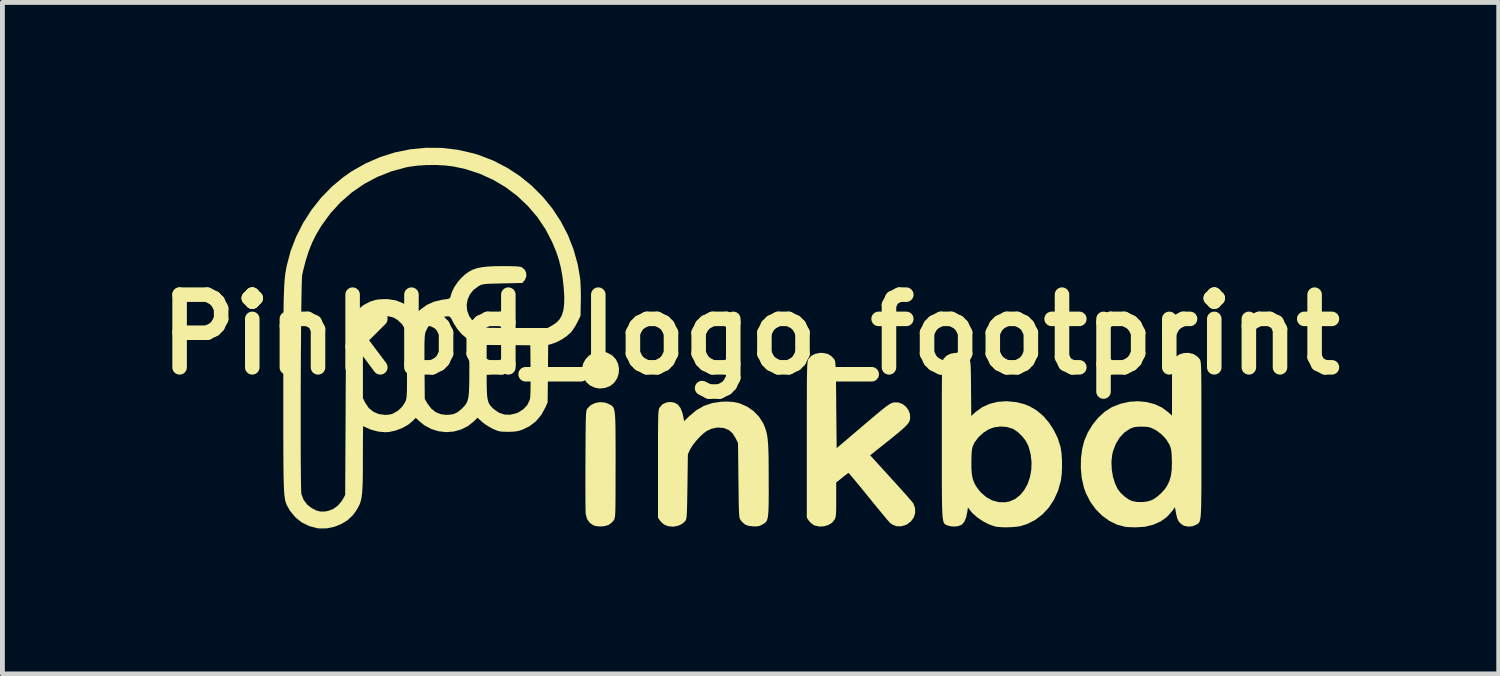
<source format=kicad_pcb>
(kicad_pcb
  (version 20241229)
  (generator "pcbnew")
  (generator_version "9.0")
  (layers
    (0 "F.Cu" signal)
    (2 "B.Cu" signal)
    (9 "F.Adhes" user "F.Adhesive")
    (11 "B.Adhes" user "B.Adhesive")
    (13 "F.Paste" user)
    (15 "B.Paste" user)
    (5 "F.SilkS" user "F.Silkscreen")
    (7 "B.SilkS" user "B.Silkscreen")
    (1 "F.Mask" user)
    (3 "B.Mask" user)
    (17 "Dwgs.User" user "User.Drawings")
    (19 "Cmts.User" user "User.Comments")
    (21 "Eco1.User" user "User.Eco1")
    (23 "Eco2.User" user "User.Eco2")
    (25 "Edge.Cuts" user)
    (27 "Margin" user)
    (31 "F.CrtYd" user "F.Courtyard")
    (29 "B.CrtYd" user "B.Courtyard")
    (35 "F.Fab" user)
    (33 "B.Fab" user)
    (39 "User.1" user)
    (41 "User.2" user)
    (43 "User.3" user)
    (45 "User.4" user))
  (footprint "Pinkbd_logo_footprint"
    (layer "F.Cu")
    (at 12.443 3.854)
    (property "Reference" "Pinkbd_logo_footprint" (at 0 0 0) (layer "F.SilkS") (effects (font (size 1.5 1.5) (thickness 0.3))))
    (attr board_only exclude_from_pos_files exclude_from_bom)
    (fp_poly (pts (xy -2.963 0.374) (xy -2.863 0.428) (xy -2.853 0.436) (xy -2.781 0.512) (xy -2.735 0.604) (xy -2.716 0.704) (xy -2.722 0.807) (xy -2.754 0.905) (xy -2.811 0.992) (xy -2.891 1.059) (xy -2.903 1.066) (xy -3.006 1.105) (xy -3.115 1.116) (xy -3.209 1.1) (xy -3.313 1.053) (xy -3.39 0.985) (xy -3.44 0.904) (xy -3.475 0.794) (xy -3.478 0.69) (xy -3.453 0.594) (xy -3.405 0.509) (xy -3.338 0.439) (xy -3.257 0.388) (xy -3.164 0.357) (xy -3.065 0.352)) (stroke (width 0) (type solid)) (fill yes) (layer "F.SilkS"))
    (fp_poly (pts (xy -3.008 1.405) (xy -2.93 1.434) (xy -2.901 1.449) (xy -2.877 1.462) (xy -2.856 1.477) (xy -2.839 1.496) (xy -2.825 1.522) (xy -2.813 1.558) (xy -2.805 1.606) (xy -2.798 1.669) (xy -2.793 1.749) (xy -2.79 1.85) (xy -2.788 1.974) (xy -2.787 2.124) (xy -2.786 2.302) (xy -2.786 2.511) (xy -2.786 2.686) (xy -2.787 2.91) (xy -2.787 3.101) (xy -2.787 3.262) (xy -2.788 3.396) (xy -2.789 3.505) (xy -2.79 3.593) (xy -2.792 3.661) (xy -2.795 3.713) (xy -2.798 3.752) (xy -2.803 3.781) (xy -2.808 3.801) (xy -2.814 3.817) (xy -2.821 3.83) (xy -2.824 3.834) (xy -2.865 3.883) (xy -2.92 3.924) (xy -2.93 3.93) (xy -3.01 3.956) (xy -3.103 3.964) (xy -3.194 3.955) (xy -3.243 3.94) (xy -3.32 3.888) (xy -3.374 3.811) (xy -3.402 3.714) (xy -3.403 3.711) (xy -3.405 3.676) (xy -3.406 3.609) (xy -3.408 3.513) (xy -3.409 3.392) (xy -3.409 3.25) (xy -3.41 3.089) (xy -3.409 2.915) (xy -3.409 2.729) (xy -3.408 2.596) (xy -3.407 2.379) (xy -3.406 2.195) (xy -3.405 2.041) (xy -3.403 1.914) (xy -3.402 1.812) (xy -3.4 1.731) (xy -3.397 1.668) (xy -3.394 1.621) (xy -3.39 1.587) (xy -3.385 1.563) (xy -3.379 1.546) (xy -3.372 1.533) (xy -3.366 1.524) (xy -3.297 1.458) (xy -3.208 1.415) (xy -3.109 1.397)) (stroke (width 0) (type solid)) (fill yes) (layer "F.SilkS"))
    (fp_poly (pts (xy -0.419 1.388) (xy -0.332 1.397) (xy -0.251 1.415) (xy -0.221 1.424) (xy -0.071 1.489) (xy 0.062 1.581) (xy 0.174 1.697) (xy 0.26 1.831) (xy 0.287 1.893) (xy 0.307 1.948) (xy 0.324 2.003) (xy 0.338 2.061) (xy 0.349 2.127) (xy 0.357 2.203) (xy 0.364 2.294) (xy 0.368 2.404) (xy 0.372 2.535) (xy 0.373 2.693) (xy 0.374 2.88) (xy 0.374 3.01) (xy 0.375 3.204) (xy 0.374 3.366) (xy 0.373 3.499) (xy 0.37 3.606) (xy 0.366 3.69) (xy 0.359 3.755) (xy 0.349 3.804) (xy 0.336 3.841) (xy 0.319 3.868) (xy 0.297 3.889) (xy 0.271 3.907) (xy 0.239 3.926) (xy 0.192 3.949) (xy 0.144 3.96) (xy 0.081 3.962) (xy 0.05 3.961) (xy -0.043 3.95) (xy -0.113 3.923) (xy -0.172 3.873) (xy -0.204 3.834) (xy -0.213 3.82) (xy -0.221 3.805) (xy -0.227 3.784) (xy -0.232 3.753) (xy -0.236 3.71) (xy -0.239 3.652) (xy -0.242 3.574) (xy -0.244 3.473) (xy -0.246 3.347) (xy -0.248 3.192) (xy -0.25 3.013) (xy -0.259 2.242) (xy -0.31 2.139) (xy -0.37 2.043) (xy -0.443 1.977) (xy -0.536 1.936) (xy -0.565 1.929) (xy -0.683 1.921) (xy -0.805 1.946) (xy -0.904 1.992) (xy -0.971 2.041) (xy -1.047 2.112) (xy -1.123 2.195) (xy -1.19 2.28) (xy -1.239 2.357) (xy -1.248 2.374) (xy -1.294 2.474) (xy -1.303 3.138) (xy -1.306 3.31) (xy -1.308 3.45) (xy -1.311 3.561) (xy -1.313 3.648) (xy -1.317 3.713) (xy -1.321 3.761) (xy -1.326 3.795) (xy -1.332 3.819) (xy -1.34 3.837) (xy -1.349 3.851) (xy -1.35 3.853) (xy -1.413 3.911) (xy -1.497 3.949) (xy -1.593 3.967) (xy -1.689 3.96) (xy -1.769 3.932) (xy -1.822 3.894) (xy -1.868 3.845) (xy -1.871 3.84) (xy -1.911 3.781) (xy -1.911 2.672) (xy -1.911 2.445) (xy -1.911 2.252) (xy -1.911 2.088) (xy -1.91 1.952) (xy -1.909 1.84) (xy -1.907 1.751) (xy -1.905 1.68) (xy -1.903 1.626) (xy -1.899 1.586) (xy -1.895 1.557) (xy -1.89 1.536) (xy -1.884 1.52) (xy -1.877 1.507) (xy -1.876 1.506) (xy -1.817 1.441) (xy -1.735 1.403) (xy -1.656 1.393) (xy -1.57 1.407) (xy -1.5 1.448) (xy -1.446 1.519) (xy -1.406 1.62) (xy -1.384 1.722) (xy -1.373 1.791) (xy -1.271 1.692) (xy -1.122 1.566) (xy -0.964 1.475) (xy -0.792 1.416) (xy -0.604 1.388) (xy -0.527 1.385)) (stroke (width 0) (type solid)) (fill yes) (layer "F.SilkS"))
    (fp_poly (pts (xy 1.498 0.381) (xy 1.592 0.401) (xy 1.666 0.445) (xy 1.723 0.507) (xy 1.731 0.519) (xy 1.738 0.534) (xy 1.744 0.553) (xy 1.749 0.581) (xy 1.753 0.621) (xy 1.756 0.675) (xy 1.758 0.746) (xy 1.761 0.839) (xy 1.763 0.955) (xy 1.765 1.098) (xy 1.767 1.271) (xy 1.768 1.451) (xy 1.777 2.346) (xy 2.261 1.935) (xy 2.406 1.811) (xy 2.527 1.709) (xy 2.626 1.626) (xy 2.706 1.56) (xy 2.77 1.509) (xy 2.821 1.471) (xy 2.861 1.444) (xy 2.893 1.425) (xy 2.921 1.413) (xy 2.945 1.406) (xy 2.965 1.402) (xy 3.053 1.404) (xy 3.136 1.435) (xy 3.206 1.49) (xy 3.26 1.562) (xy 3.291 1.646) (xy 3.294 1.735) (xy 3.288 1.764) (xy 3.277 1.794) (xy 3.26 1.825) (xy 3.234 1.859) (xy 3.195 1.9) (xy 3.141 1.95) (xy 3.069 2.012) (xy 2.976 2.089) (xy 2.858 2.184) (xy 2.793 2.236) (xy 2.469 2.494) (xy 2.905 2.973) (xy 3.006 3.084) (xy 3.1 3.188) (xy 3.184 3.282) (xy 3.255 3.362) (xy 3.31 3.426) (xy 3.346 3.469) (xy 3.361 3.489) (xy 3.396 3.588) (xy 3.398 3.687) (xy 3.368 3.78) (xy 3.309 3.86) (xy 3.224 3.923) (xy 3.206 3.932) (xy 3.105 3.961) (xy 3.008 3.957) (xy 2.919 3.92) (xy 2.878 3.888) (xy 2.857 3.866) (xy 2.817 3.819) (xy 2.76 3.751) (xy 2.689 3.665) (xy 2.607 3.566) (xy 2.517 3.456) (xy 2.434 3.354) (xy 2.341 3.239) (xy 2.255 3.134) (xy 2.179 3.042) (xy 2.115 2.965) (xy 2.066 2.906) (xy 2.035 2.87) (xy 2.023 2.858) (xy 2.006 2.868) (xy 1.968 2.896) (xy 1.916 2.937) (xy 1.891 2.957) (xy 1.768 3.056) (xy 1.768 3.408) (xy 1.768 3.532) (xy 1.767 3.626) (xy 1.764 3.695) (xy 1.759 3.744) (xy 1.752 3.78) (xy 1.742 3.808) (xy 1.735 3.822) (xy 1.682 3.886) (xy 1.606 3.933) (xy 1.515 3.96) (xy 1.42 3.965) (xy 1.329 3.945) (xy 1.304 3.934) (xy 1.252 3.897) (xy 1.206 3.848) (xy 1.202 3.842) (xy 1.161 3.781) (xy 1.161 2.172) (xy 1.161 1.896) (xy 1.161 1.653) (xy 1.161 1.441) (xy 1.162 1.259) (xy 1.162 1.103) (xy 1.163 0.971) (xy 1.164 0.862) (xy 1.166 0.773) (xy 1.168 0.701) (xy 1.17 0.645) (xy 1.173 0.602) (xy 1.176 0.569) (xy 1.18 0.546) (xy 1.185 0.529) (xy 1.19 0.516) (xy 1.196 0.505) (xy 1.197 0.503) (xy 1.255 0.441) (xy 1.337 0.399) (xy 1.434 0.38)) (stroke (width 0) (type solid)) (fill yes) (layer "F.SilkS"))
    (fp_poly (pts (xy 4.284 0.381) (xy 4.378 0.401) (xy 4.452 0.445) (xy 4.509 0.507) (xy 4.519 0.522) (xy 4.528 0.54) (xy 4.534 0.565) (xy 4.539 0.601) (xy 4.543 0.651) (xy 4.545 0.72) (xy 4.548 0.812) (xy 4.549 0.931) (xy 4.551 1.08) (xy 4.551 1.119) (xy 4.556 1.681) (xy 4.649 1.597) (xy 4.782 1.501) (xy 4.934 1.432) (xy 5.103 1.39) (xy 5.283 1.378) (xy 5.47 1.395) (xy 5.512 1.403) (xy 5.646 1.437) (xy 5.761 1.483) (xy 5.872 1.547) (xy 5.924 1.582) (xy 6.048 1.689) (xy 6.161 1.822) (xy 6.26 1.975) (xy 6.34 2.139) (xy 6.394 2.306) (xy 6.403 2.344) (xy 6.419 2.459) (xy 6.428 2.595) (xy 6.429 2.739) (xy 6.423 2.878) (xy 6.408 2.999) (xy 6.403 3.028) (xy 6.346 3.229) (xy 6.262 3.412) (xy 6.155 3.575) (xy 6.026 3.714) (xy 5.878 3.827) (xy 5.713 3.911) (xy 5.571 3.956) (xy 5.49 3.969) (xy 5.389 3.977) (xy 5.281 3.981) (xy 5.176 3.978) (xy 5.088 3.971) (xy 5.051 3.964) (xy 4.926 3.922) (xy 4.798 3.856) (xy 4.678 3.775) (xy 4.577 3.685) (xy 4.534 3.633) (xy 4.486 3.57) (xy 4.475 3.656) (xy 4.45 3.776) (xy 4.413 3.866) (xy 4.362 3.924) (xy 4.352 3.931) (xy 4.286 3.956) (xy 4.203 3.965) (xy 4.119 3.958) (xy 4.052 3.937) (xy 4.035 3.929) (xy 4.019 3.92) (xy 4.006 3.909) (xy 3.994 3.894) (xy 3.984 3.873) (xy 3.976 3.843) (xy 3.969 3.802) (xy 3.963 3.748) (xy 3.958 3.68) (xy 3.955 3.594) (xy 3.952 3.488) (xy 3.95 3.361) (xy 3.949 3.211) (xy 3.948 3.034) (xy 3.948 2.829) (xy 3.948 2.756) (xy 4.558 2.756) (xy 4.567 2.881) (xy 4.588 2.986) (xy 4.623 3.077) (xy 4.674 3.162) (xy 4.743 3.248) (xy 4.758 3.264) (xy 4.866 3.359) (xy 4.989 3.425) (xy 5.12 3.461) (xy 5.254 3.464) (xy 5.341 3.448) (xy 5.459 3.397) (xy 5.562 3.318) (xy 5.648 3.214) (xy 5.717 3.09) (xy 5.766 2.95) (xy 5.794 2.799) (xy 5.8 2.64) (xy 5.783 2.478) (xy 5.74 2.317) (xy 5.733 2.297) (xy 5.683 2.2) (xy 5.609 2.104) (xy 5.522 2.019) (xy 5.431 1.956) (xy 5.408 1.945) (xy 5.287 1.909) (xy 5.155 1.9) (xy 5.024 1.918) (xy 4.921 1.955) (xy 4.807 2.027) (xy 4.705 2.12) (xy 4.626 2.225) (xy 4.608 2.26) (xy 4.59 2.299) (xy 4.577 2.339) (xy 4.569 2.386) (xy 4.563 2.448) (xy 4.56 2.534) (xy 4.558 2.602) (xy 4.558 2.756) (xy 3.948 2.756) (xy 3.948 2.594) (xy 3.948 2.327) (xy 3.948 2.175) (xy 3.948 1.899) (xy 3.948 1.656) (xy 3.948 1.444) (xy 3.948 1.261) (xy 3.949 1.104) (xy 3.95 0.973) (xy 3.951 0.863) (xy 3.952 0.774) (xy 3.954 0.702) (xy 3.956 0.645) (xy 3.959 0.602) (xy 3.963 0.57) (xy 3.967 0.546) (xy 3.971 0.529) (xy 3.977 0.516) (xy 3.983 0.505) (xy 3.984 0.503) (xy 4.042 0.441) (xy 4.123 0.399) (xy 4.22 0.38)) (stroke (width 0) (type solid)) (fill yes) (layer "F.SilkS"))
    (fp_poly (pts (xy 9.13 0.4) (xy 9.152 0.41) (xy 9.212 0.448) (xy 9.26 0.494) (xy 9.27 0.508) (xy 9.276 0.519) (xy 9.282 0.531) (xy 9.286 0.547) (xy 9.29 0.568) (xy 9.294 0.598) (xy 9.297 0.639) (xy 9.299 0.692) (xy 9.301 0.76) (xy 9.303 0.845) (xy 9.304 0.95) (xy 9.305 1.076) (xy 9.305 1.226) (xy 9.306 1.403) (xy 9.306 1.608) (xy 9.306 1.844) (xy 9.306 2.112) (xy 9.306 2.178) (xy 9.306 2.461) (xy 9.306 2.71) (xy 9.306 2.928) (xy 9.306 3.117) (xy 9.305 3.279) (xy 9.303 3.417) (xy 9.301 3.532) (xy 9.298 3.626) (xy 9.294 3.702) (xy 9.289 3.763) (xy 9.282 3.809) (xy 9.274 3.844) (xy 9.265 3.87) (xy 9.253 3.888) (xy 9.24 3.901) (xy 9.225 3.912) (xy 9.208 3.922) (xy 9.194 3.93) (xy 9.117 3.96) (xy 9.032 3.966) (xy 8.951 3.95) (xy 8.896 3.919) (xy 8.854 3.879) (xy 8.825 3.837) (xy 8.804 3.785) (xy 8.786 3.709) (xy 8.781 3.684) (xy 8.76 3.566) (xy 8.7 3.648) (xy 8.594 3.767) (xy 8.463 3.86) (xy 8.31 3.928) (xy 8.139 3.969) (xy 7.951 3.981) (xy 7.946 3.981) (xy 7.867 3.979) (xy 7.797 3.976) (xy 7.747 3.973) (xy 7.734 3.971) (xy 7.565 3.925) (xy 7.404 3.847) (xy 7.257 3.74) (xy 7.125 3.608) (xy 7.013 3.453) (xy 6.924 3.28) (xy 6.88 3.159) (xy 6.837 2.969) (xy 6.817 2.765) (xy 6.819 2.629) (xy 7.449 2.629) (xy 7.456 2.787) (xy 7.482 2.944) (xy 7.528 3.088) (xy 7.584 3.199) (xy 7.641 3.272) (xy 7.716 3.342) (xy 7.798 3.401) (xy 7.873 3.438) (xy 7.876 3.438) (xy 7.977 3.458) (xy 8.091 3.46) (xy 8.201 3.445) (xy 8.293 3.414) (xy 8.382 3.358) (xy 8.471 3.28) (xy 8.551 3.192) (xy 8.597 3.125) (xy 8.643 3.03) (xy 8.674 2.926) (xy 8.692 2.805) (xy 8.697 2.661) (xy 8.696 2.592) (xy 8.692 2.493) (xy 8.687 2.42) (xy 8.678 2.366) (xy 8.665 2.32) (xy 8.646 2.273) (xy 8.643 2.268) (xy 8.576 2.16) (xy 8.481 2.06) (xy 8.369 1.977) (xy 8.328 1.955) (xy 8.27 1.928) (xy 8.219 1.912) (xy 8.16 1.905) (xy 8.08 1.903) (xy 8.074 1.903) (xy 7.989 1.904) (xy 7.927 1.912) (xy 7.874 1.928) (xy 7.833 1.946) (xy 7.718 2.022) (xy 7.62 2.126) (xy 7.541 2.255) (xy 7.484 2.403) (xy 7.465 2.48) (xy 7.449 2.629) (xy 6.819 2.629) (xy 6.82 2.558) (xy 6.846 2.358) (xy 6.887 2.199) (xy 6.96 2.026) (xy 7.058 1.864) (xy 7.175 1.719) (xy 7.307 1.598) (xy 7.45 1.505) (xy 7.468 1.496) (xy 7.64 1.429) (xy 7.819 1.389) (xy 7.998 1.378) (xy 8.174 1.395) (xy 8.339 1.438) (xy 8.491 1.508) (xy 8.622 1.605) (xy 8.623 1.606) (xy 8.699 1.675) (xy 8.699 1.13) (xy 8.699 0.97) (xy 8.7 0.842) (xy 8.702 0.741) (xy 8.705 0.665) (xy 8.709 0.609) (xy 8.714 0.569) (xy 8.721 0.541) (xy 8.726 0.53) (xy 8.777 0.461) (xy 8.851 0.412) (xy 8.941 0.384) (xy 9.036 0.379)) (stroke (width 0) (type solid)) (fill yes) (layer "F.SilkS"))
    (fp_poly (pts (xy -6.373 -3.851) (xy -6.049 -3.813) (xy -5.727 -3.74) (xy -5.609 -3.704) (xy -5.308 -3.588) (xy -5.024 -3.441) (xy -4.758 -3.267) (xy -4.512 -3.066) (xy -4.289 -2.842) (xy -4.089 -2.597) (xy -3.916 -2.332) (xy -3.769 -2.05) (xy -3.653 -1.753) (xy -3.567 -1.444) (xy -3.518 -1.161) (xy -3.512 -1.083) (xy -3.507 -0.979) (xy -3.504 -0.863) (xy -3.503 -0.743) (xy -3.504 -0.688) (xy -3.51 -0.384) (xy -3.576 -0.25) (xy -3.617 -0.175) (xy -3.663 -0.102) (xy -3.706 -0.046) (xy -3.71 -0.042) (xy -3.792 0.032) (xy -3.895 0.102) (xy -4.005 0.159) (xy -4.085 0.189) (xy -4.178 0.216) (xy -4.183 0.809) (xy -4.189 1.402) (xy -4.236 1.508) (xy -4.322 1.664) (xy -4.432 1.793) (xy -4.564 1.895) (xy -4.714 1.967) (xy -4.783 1.989) (xy -4.85 2.002) (xy -4.928 2.008) (xy -5.011 2.009) (xy -5.095 2.008) (xy -5.157 2.003) (xy -5.208 1.993) (xy -5.26 1.974) (xy -5.326 1.944) (xy -5.327 1.943) (xy -5.405 1.901) (xy -5.483 1.851) (xy -5.545 1.803) (xy -5.55 1.798) (xy -5.636 1.718) (xy -5.707 1.789) (xy -5.834 1.891) (xy -5.976 1.962) (xy -6.127 2.004) (xy -6.284 2.016) (xy -6.441 1.998) (xy -6.592 1.951) (xy -6.735 1.873) (xy -6.831 1.796) (xy -6.911 1.721) (xy -6.977 1.788) (xy -7.072 1.866) (xy -7.191 1.932) (xy -7.323 1.982) (xy -7.456 2.012) (xy -7.541 2.018) (xy -7.682 2.005) (xy -7.825 1.968) (xy -7.903 1.936) (xy -7.952 1.912) (xy -7.987 1.897) (xy -7.997 1.893) (xy -7.998 1.911) (xy -7.999 1.96) (xy -8 2.037) (xy -8.001 2.138) (xy -8.002 2.259) (xy -8.002 2.396) (xy -8.003 2.546) (xy -8.003 2.568) (xy -8.003 2.765) (xy -8.004 2.93) (xy -8.007 3.067) (xy -8.012 3.18) (xy -8.018 3.273) (xy -8.027 3.348) (xy -8.039 3.411) (xy -8.054 3.464) (xy -8.072 3.512) (xy -8.095 3.559) (xy -8.103 3.573) (xy -8.144 3.641) (xy -8.193 3.71) (xy -8.215 3.736) (xy -8.32 3.835) (xy -8.45 3.914) (xy -8.594 3.971) (xy -8.744 4.002) (xy -8.892 4.005) (xy -8.94 4) (xy -9.111 3.955) (xy -9.262 3.881) (xy -9.392 3.778) (xy -9.501 3.647) (xy -9.544 3.575) (xy -9.559 3.547) (xy -9.573 3.522) (xy -9.584 3.495) (xy -9.595 3.467) (xy -9.604 3.433) (xy -9.612 3.393) (xy -9.619 3.345) (xy -9.625 3.286) (xy -9.63 3.215) (xy -9.634 3.129) (xy -9.637 3.027) (xy -9.64 2.906) (xy -9.642 2.765) (xy -9.643 2.601) (xy -9.644 2.412) (xy -9.645 2.197) (xy -9.645 1.953) (xy -9.645 1.732) (xy -9.286 1.732) (xy -9.286 1.967) (xy -9.286 2.191) (xy -9.286 2.403) (xy -9.285 2.599) (xy -9.283 2.776) (xy -9.282 2.932) (xy -9.28 3.064) (xy -9.278 3.169) (xy -9.275 3.245) (xy -9.272 3.288) (xy -9.271 3.296) (xy -9.227 3.412) (xy -9.153 3.511) (xy -9.058 3.585) (xy -8.965 3.633) (xy -8.881 3.655) (xy -8.793 3.655) (xy -8.722 3.643) (xy -8.616 3.603) (xy -8.519 3.533) (xy -8.441 3.441) (xy -8.422 3.41) (xy -8.368 3.313) (xy -8.359 1.599) (xy -8.358 1.315) (xy -8.002 1.315) (xy -7.953 1.411) (xy -7.881 1.518) (xy -7.787 1.595) (xy -7.674 1.643) (xy -7.544 1.66) (xy -7.542 1.66) (xy -7.473 1.656) (xy -7.407 1.643) (xy -7.384 1.635) (xy -7.281 1.576) (xy -7.195 1.496) (xy -7.134 1.403) (xy -7.134 1.403) (xy -7.123 1.379) (xy -7.114 1.356) (xy -7.107 1.33) (xy -7.102 1.297) (xy -7.098 1.253) (xy -7.095 1.195) (xy -7.093 1.119) (xy -7.092 1.02) (xy -7.092 0.895) (xy -7.092 0.741) (xy -7.092 0.643) (xy -7.092 0.471) (xy -7.092 0.367) (xy -6.732 0.367) (xy -6.732 0.508) (xy -6.73 0.681) (xy -6.73 0.681) (xy -6.725 1.331) (xy -6.672 1.422) (xy -6.592 1.529) (xy -6.498 1.604) (xy -6.388 1.647) (xy -6.281 1.66) (xy -6.209 1.656) (xy -6.138 1.644) (xy -6.12 1.639) (xy -6.053 1.607) (xy -5.977 1.548) (xy -5.954 1.526) (xy -5.916 1.487) (xy -5.886 1.451) (xy -5.861 1.412) (xy -5.842 1.368) (xy -5.828 1.313) (xy -5.818 1.245) (xy -5.812 1.158) (xy -5.808 1.05) (xy -5.806 0.915) (xy -5.805 0.75) (xy -5.805 0.68) (xy -5.805 0.217) (xy -5.448 0.217) (xy -5.448 0.765) (xy -5.447 0.934) (xy -5.446 1.072) (xy -5.443 1.182) (xy -5.437 1.269) (xy -5.427 1.337) (xy -5.414 1.39) (xy -5.395 1.433) (xy -5.371 1.469) (xy -5.34 1.503) (xy -5.302 1.539) (xy -5.301 1.54) (xy -5.195 1.614) (xy -5.081 1.653) (xy -4.961 1.657) (xy -4.836 1.627) (xy -4.793 1.609) (xy -4.687 1.541) (xy -4.607 1.454) (xy -4.558 1.349) (xy -4.555 1.338) (xy -4.549 1.3) (xy -4.545 1.23) (xy -4.542 1.132) (xy -4.541 1.01) (xy -4.54 0.867) (xy -4.541 0.747) (xy -4.546 0.223) (xy -4.997 0.22) (xy -5.448 0.217) (xy -5.805 0.217) (xy -5.805 0.116) (xy -5.869 0.073) (xy -5.961 -0.005) (xy -6.049 -0.107) (xy -6.123 -0.222) (xy -6.141 -0.256) (xy -6.172 -0.318) (xy -6.195 -0.353) (xy -6.217 -0.37) (xy -6.245 -0.375) (xy -6.259 -0.375) (xy -6.373 -0.359) (xy -6.483 -0.313) (xy -6.58 -0.243) (xy -6.658 -0.155) (xy -6.706 -0.059) (xy -6.714 -0.031) (xy -6.72 0.001) (xy -6.725 0.042) (xy -6.728 0.095) (xy -6.731 0.164) (xy -6.732 0.253) (xy -6.732 0.367) (xy -7.092 0.367) (xy -7.092 0.33) (xy -7.093 0.218) (xy -7.094 0.13) (xy -7.096 0.062) (xy -7.1 0.011) (xy -7.104 -0.027) (xy -7.11 -0.057) (xy -7.118 -0.081) (xy -7.128 -0.104) (xy -7.133 -0.116) (xy -7.198 -0.216) (xy -7.286 -0.299) (xy -7.373 -0.35) (xy -7.453 -0.371) (xy -7.55 -0.378) (xy -7.648 -0.37) (xy -7.73 -0.348) (xy -7.796 -0.31) (xy -7.864 -0.25) (xy -7.925 -0.18) (xy -7.97 -0.111) (xy -7.984 -0.074) (xy -7.989 -0.039) (xy -7.993 0.028) (xy -7.996 0.125) (xy -7.999 0.248) (xy -8.001 0.393) (xy -8.002 0.557) (xy -8.002 0.653) (xy -8.002 1.315) (xy -8.358 1.315) (xy -8.358 1.313) (xy -8.357 1.061) (xy -8.355 0.84) (xy -8.354 0.648) (xy -8.353 0.483) (xy -8.351 0.342) (xy -8.349 0.224) (xy -8.348 0.126) (xy -8.345 0.046) (xy -8.343 -0.018) (xy -8.34 -0.068) (xy -8.337 -0.107) (xy -8.333 -0.137) (xy -8.328 -0.16) (xy -8.323 -0.179) (xy -8.318 -0.195) (xy -8.313 -0.205) (xy -8.231 -0.362) (xy -8.125 -0.494) (xy -8 -0.6) (xy -7.856 -0.677) (xy -7.732 -0.715) (xy -7.659 -0.725) (xy -7.568 -0.73) (xy -7.482 -0.729) (xy -7.323 -0.704) (xy -7.176 -0.646) (xy -7.039 -0.555) (xy -6.998 -0.52) (xy -6.903 -0.433) (xy -6.818 -0.511) (xy -6.683 -0.61) (xy -6.53 -0.678) (xy -6.358 -0.718) (xy -6.356 -0.718) (xy -6.282 -0.728) (xy -6.235 -0.737) (xy -6.21 -0.749) (xy -6.197 -0.766) (xy -6.191 -0.792) (xy -6.19 -0.796) (xy -6.162 -0.884) (xy -6.112 -0.983) (xy -6.046 -1.08) (xy -5.973 -1.165) (xy -5.897 -1.235) (xy -5.822 -1.291) (xy -5.742 -1.334) (xy -5.653 -1.366) (xy -5.549 -1.388) (xy -5.424 -1.402) (xy -5.274 -1.409) (xy -5.112 -1.411) (xy -4.975 -1.41) (xy -4.865 -1.407) (xy -4.785 -1.402) (xy -4.737 -1.394) (xy -4.728 -1.391) (xy -4.667 -1.343) (xy -4.633 -1.278) (xy -4.627 -1.207) (xy -4.652 -1.137) (xy -4.669 -1.113) (xy -4.712 -1.063) (xy -5.12 -1.054) (xy -5.251 -1.051) (xy -5.352 -1.048) (xy -5.427 -1.045) (xy -5.482 -1.04) (xy -5.523 -1.034) (xy -5.555 -1.026) (xy -5.582 -1.014) (xy -5.61 -0.999) (xy -5.618 -0.995) (xy -5.719 -0.92) (xy -5.793 -0.827) (xy -5.841 -0.721) (xy -5.86 -0.608) (xy -5.85 -0.493) (xy -5.809 -0.383) (xy -5.749 -0.296) (xy -5.693 -0.242) (xy -5.627 -0.194) (xy -5.596 -0.176) (xy -5.573 -0.165) (xy -5.551 -0.156) (xy -5.526 -0.149) (xy -5.494 -0.144) (xy -5.451 -0.14) (xy -5.394 -0.137) (xy -5.318 -0.136) (xy -5.22 -0.135) (xy -5.095 -0.134) (xy -4.941 -0.134) (xy -4.85 -0.134) (xy -4.189 -0.134) (xy -4.095 -0.186) (xy -4.011 -0.242) (xy -3.946 -0.309) (xy -3.898 -0.39) (xy -3.866 -0.49) (xy -3.849 -0.612) (xy -3.845 -0.76) (xy -3.855 -0.938) (xy -3.857 -0.963) (xy -3.88 -1.174) (xy -3.912 -1.361) (xy -3.955 -1.535) (xy -4.012 -1.707) (xy -4.087 -1.888) (xy -4.092 -1.9) (xy -4.232 -2.171) (xy -4.401 -2.423) (xy -4.597 -2.652) (xy -4.816 -2.859) (xy -5.056 -3.04) (xy -5.316 -3.194) (xy -5.593 -3.319) (xy -5.884 -3.414) (xy -6.129 -3.467) (xy -6.299 -3.488) (xy -6.489 -3.498) (xy -6.684 -3.497) (xy -6.875 -3.485) (xy -7.048 -3.462) (xy -7.109 -3.45) (xy -7.416 -3.366) (xy -7.706 -3.251) (xy -7.978 -3.106) (xy -8.231 -2.931) (xy -8.463 -2.729) (xy -8.673 -2.5) (xy -8.857 -2.246) (xy -8.871 -2.224) (xy -8.968 -2.06) (xy -9.05 -1.895) (xy -9.12 -1.721) (xy -9.181 -1.531) (xy -9.236 -1.316) (xy -9.255 -1.232) (xy -9.258 -1.2) (xy -9.261 -1.134) (xy -9.265 -1.037) (xy -9.267 -0.914) (xy -9.27 -0.765) (xy -9.273 -0.595) (xy -9.275 -0.404) (xy -9.277 -0.198) (xy -9.279 0.023) (xy -9.281 0.255) (xy -9.283 0.496) (xy -9.284 0.742) (xy -9.285 0.991) (xy -9.286 1.241) (xy -9.286 1.489) (xy -9.286 1.732) (xy -9.645 1.732) (xy -9.645 1.679) (xy -9.645 1.372) (xy -9.645 1.186) (xy -9.645 0.853) (xy -9.645 0.554) (xy -9.645 0.286) (xy -9.644 0.047) (xy -9.643 -0.165) (xy -9.642 -0.352) (xy -9.64 -0.515) (xy -9.638 -0.658) (xy -9.635 -0.783) (xy -9.631 -0.891) (xy -9.627 -0.984) (xy -9.622 -1.066) (xy -9.617 -1.137) (xy -9.61 -1.201) (xy -9.603 -1.259) (xy -9.594 -1.313) (xy -9.585 -1.365) (xy -9.574 -1.418) (xy -9.574 -1.42) (xy -9.494 -1.723) (xy -9.38 -2.018) (xy -9.236 -2.302) (xy -9.064 -2.57) (xy -8.867 -2.82) (xy -8.645 -3.048) (xy -8.403 -3.25) (xy -8.237 -3.366) (xy -7.948 -3.53) (xy -7.648 -3.661) (xy -7.338 -3.759) (xy -7.02 -3.823) (xy -6.698 -3.854)) (stroke (width 0) (type solid)) (fill yes) (layer "F.SilkS")))
  (gr_rect
    (start -3 -3)
    (end 27.886 10.86)
    (stroke (width 0.1) (type default))
    (fill no)
    (layer "Edge.Cuts")))
</source>
